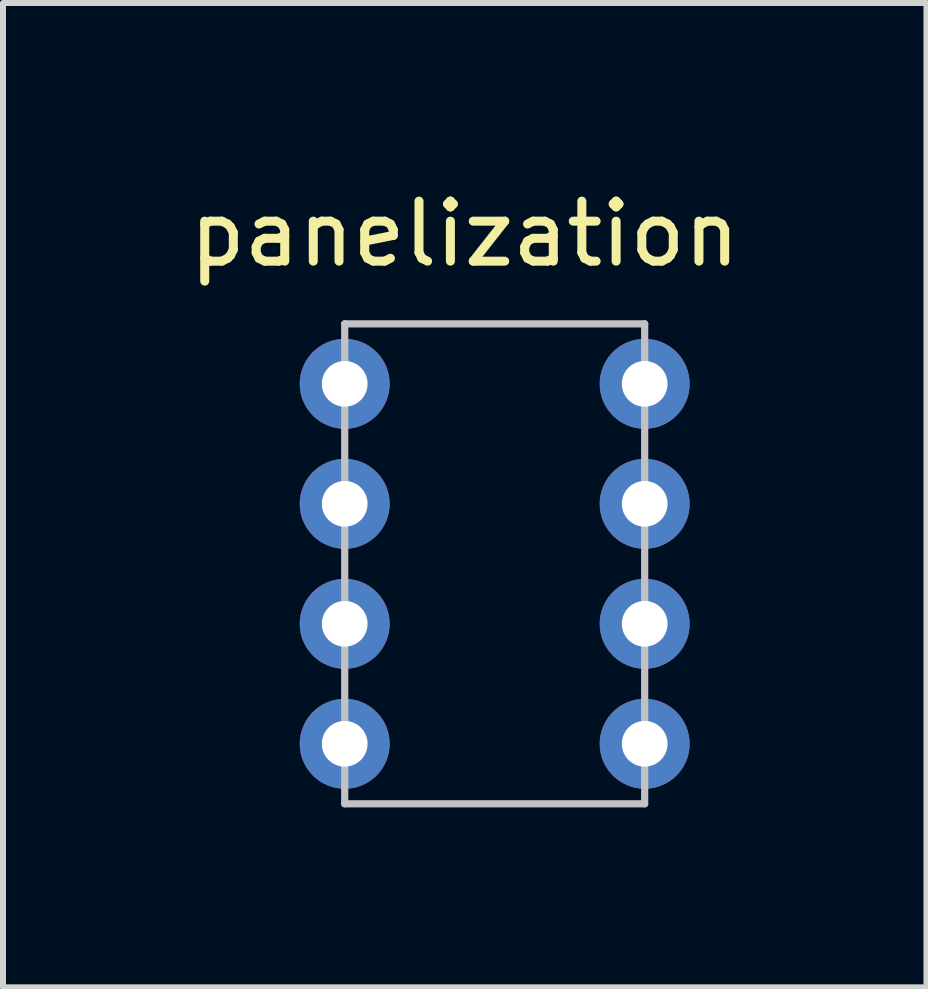
<source format=kicad_pcb>
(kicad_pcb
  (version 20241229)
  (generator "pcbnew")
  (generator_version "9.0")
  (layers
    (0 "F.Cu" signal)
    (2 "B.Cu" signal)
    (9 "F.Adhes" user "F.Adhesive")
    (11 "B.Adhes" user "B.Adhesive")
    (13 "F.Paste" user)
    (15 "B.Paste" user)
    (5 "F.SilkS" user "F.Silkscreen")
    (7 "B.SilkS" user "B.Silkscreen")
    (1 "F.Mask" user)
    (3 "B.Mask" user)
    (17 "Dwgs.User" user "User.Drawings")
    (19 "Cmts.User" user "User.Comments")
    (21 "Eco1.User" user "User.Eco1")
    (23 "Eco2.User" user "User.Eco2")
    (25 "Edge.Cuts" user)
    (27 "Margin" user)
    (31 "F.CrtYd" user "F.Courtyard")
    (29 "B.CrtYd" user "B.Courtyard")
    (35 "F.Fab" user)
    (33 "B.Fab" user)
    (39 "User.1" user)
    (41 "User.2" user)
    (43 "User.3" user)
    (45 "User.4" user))
  (footprint "panelization"
    (layer "F.Cu")
    (at 4.696 0.348)
    (property "Reference" "panelization" (at 0 0.5 0) (layer "F.SilkS") (effects (font (size 1 1) (thickness 0.15))))
    (attr through_hole)
    (fp_line (start -2 2) (end -2 10) (stroke (width 0.12) (type solid)) (layer "Dwgs.User"))
    (fp_line (start -2 10) (end 3 10) (stroke (width 0.12) (type solid)) (layer "Dwgs.User"))
    (fp_line (start 3 2) (end -2 2) (stroke (width 0.12) (type solid)) (layer "Dwgs.User"))
    (fp_line (start 3 10) (end 3 2) (stroke (width 0.12) (type solid)) (layer "Dwgs.User"))
    (pad "" np_thru_hole circle (at -2 3) (size 1.5 1.5) (drill 0.762) (layers "*.Cu" "*.Mask"))
    (pad "" np_thru_hole circle (at -2 5) (size 1.5 1.5) (drill 0.762) (layers "*.Cu" "*.Mask"))
    (pad "" np_thru_hole circle (at -2 7) (size 1.5 1.5) (drill 0.762) (layers "*.Cu" "*.Mask"))
    (pad "" np_thru_hole circle (at -2 9) (size 1.5 1.5) (drill 0.762) (layers "*.Cu" "*.Mask"))
    (pad "" np_thru_hole circle (at 3 3) (size 1.5 1.5) (drill 0.762) (layers "*.Cu" "*.Mask"))
    (pad "" np_thru_hole circle (at 3 5) (size 1.5 1.5) (drill 0.762) (layers "*.Cu" "*.Mask"))
    (pad "" np_thru_hole circle (at 3 7) (size 1.5 1.5) (drill 0.762) (layers "*.Cu" "*.Mask"))
    (pad "" np_thru_hole circle (at 3 9) (size 1.5 1.5) (drill 0.762) (layers "*.Cu" "*.Mask")))
  (gr_rect
    (start -3 -3)
    (end 12.393 13.408)
    (stroke (width 0.1) (type default))
    (fill no)
    (layer "Edge.Cuts")))
</source>
